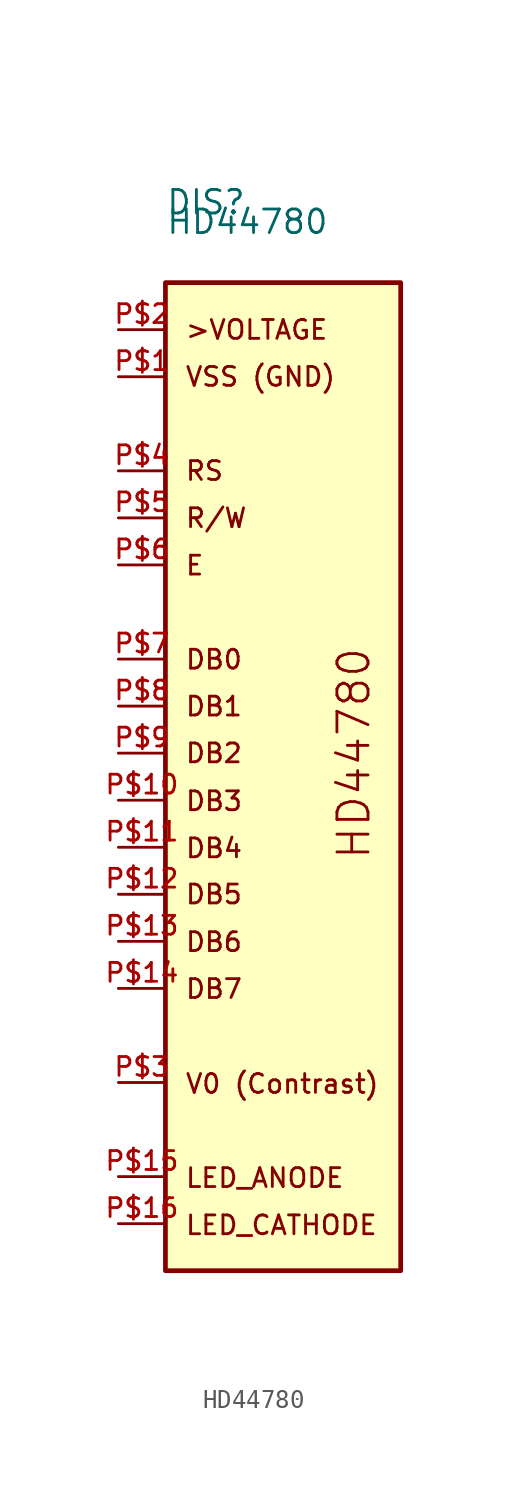
<source format=kicad_sym>
(kicad_symbol_lib
  (version 20211014)
  (generator kicad_symbol_editor)
  (symbol "HD44780"
    (pin_names
      (offset 1.016))
    (property "Reference" "DIS"
      (at 0.0 5.084 0)
      (effects (font (size 1.27 1.27)) (justify top left)))
    (property "Value" "HD44780"
      (at 0.0 2.541 0)
      (effects (font (size 1.27 1.27)) (justify bottom left)))
    (symbol "HD44780_0_0"
      (text ">VOLTAGE" (at 1.018 -2.545 0) (effects (font (size 1.018 1.018)) (justify left)))
      (text "VSS (GND)" (at 1.016 -5.08 0) (effects (font (size 1.016 1.016)) (justify left)))
      (text "RS" (at 1.016 -10.163 0) (effects (font (size 1.016 1.016)) (justify left)))
      (text "R/W" (at 1.017 -12.711 0) (effects (font (size 1.017 1.017)) (justify left)))
      (text "E" (at 1.018 -15.27 0) (effects (font (size 1.018 1.018)) (justify left)))
      (text "DB0" (at 1.017 -20.346 0) (effects (font (size 1.017 1.017)) (justify left)))
      (text "DB1" (at 1.017 -22.879 0) (effects (font (size 1.017 1.017)) (justify left)))
      (text "DB2" (at 1.016 -25.405 0) (effects (font (size 1.016 1.016)) (justify left)))
      (text "DB3" (at 1.018 -27.99 0) (effects (font (size 1.018 1.018)) (justify left)))
      (text "DB4" (at 1.018 -30.533 0) (effects (font (size 1.018 1.018)) (justify left)))
      (text "DB5" (at 1.016 -33.022 0) (effects (font (size 1.016 1.016)) (justify left)))
      (text "DB6" (at 1.017 -35.595 0) (effects (font (size 1.017 1.017)) (justify left)))
      (text "DB7" (at 1.017 -38.128 0) (effects (font (size 1.017 1.017)) (justify left)))
      (text "V0 (Contrast)" (at 1.018 -43.25 0) (effects (font (size 1.018 1.018)) (justify left)))
      (text "LED_ANODE" (at 1.018 -48.332 0) (effects (font (size 1.018 1.018)) (justify left)))
      (text "LED_CATHODE" (at 1.018 -50.882 0) (effects (font (size 1.018 1.018)) (justify left)))
      (text "HD44780" (at 10.167 -25.419 900) (effects (font (size 1.678 1.678))))
      (rectangle (start -8.881784197e-16 -53.34) (end 12.7 0.0) (stroke (width 0.254)) (fill (type background)))
      (pin bidirectional line (at -2.54 -5.08 0) (length 2.54) (name "~" (effects (font (size 1.016 1.016)))) (number "P$1" (effects (font (size 1.016 1.016)))))
      (pin bidirectional line (at -2.54 -2.54 0) (length 2.54) (name "~" (effects (font (size 1.016 1.016)))) (number "P$2" (effects (font (size 1.016 1.016)))))
      (pin bidirectional line (at -2.54 -10.16 0) (length 2.54) (name "~" (effects (font (size 1.016 1.016)))) (number "P$4" (effects (font (size 1.016 1.016)))))
      (pin bidirectional line (at -2.54 -12.7 0) (length 2.54) (name "~" (effects (font (size 1.016 1.016)))) (number "P$5" (effects (font (size 1.016 1.016)))))
      (pin bidirectional line (at -2.54 -15.24 0) (length 2.54) (name "~" (effects (font (size 1.016 1.016)))) (number "P$6" (effects (font (size 1.016 1.016)))))
      (pin bidirectional line (at -2.54 -20.32 0) (length 2.54) (name "~" (effects (font (size 1.016 1.016)))) (number "P$7" (effects (font (size 1.016 1.016)))))
      (pin bidirectional line (at -2.54 -22.86 0) (length 2.54) (name "~" (effects (font (size 1.016 1.016)))) (number "P$8" (effects (font (size 1.016 1.016)))))
      (pin bidirectional line (at -2.54 -25.4 0) (length 2.54) (name "~" (effects (font (size 1.016 1.016)))) (number "P$9" (effects (font (size 1.016 1.016)))))
      (pin bidirectional line (at -2.54 -27.94 0) (length 2.54) (name "~" (effects (font (size 1.016 1.016)))) (number "P$10" (effects (font (size 1.016 1.016)))))
      (pin bidirectional line (at -2.54 -30.48 0) (length 2.54) (name "~" (effects (font (size 1.016 1.016)))) (number "P$11" (effects (font (size 1.016 1.016)))))
      (pin bidirectional line (at -2.54 -33.02 0) (length 2.54) (name "~" (effects (font (size 1.016 1.016)))) (number "P$12" (effects (font (size 1.016 1.016)))))
      (pin bidirectional line (at -2.54 -35.56 0) (length 2.54) (name "~" (effects (font (size 1.016 1.016)))) (number "P$13" (effects (font (size 1.016 1.016)))))
      (pin bidirectional line (at -2.54 -38.1 0) (length 2.54) (name "~" (effects (font (size 1.016 1.016)))) (number "P$14" (effects (font (size 1.016 1.016)))))
      (pin bidirectional line (at -2.54 -50.8 0) (length 2.54) (name "~" (effects (font (size 1.016 1.016)))) (number "P$16" (effects (font (size 1.016 1.016)))))
      (pin bidirectional line (at -2.54 -43.18 0) (length 2.54) (name "~" (effects (font (size 1.016 1.016)))) (number "P$3" (effects (font (size 1.016 1.016)))))
      (pin bidirectional line (at -2.54 -48.26 0) (length 2.54) (name "~" (effects (font (size 1.016 1.016)))) (number "P$15" (effects (font (size 1.016 1.016))))))))
</source>
